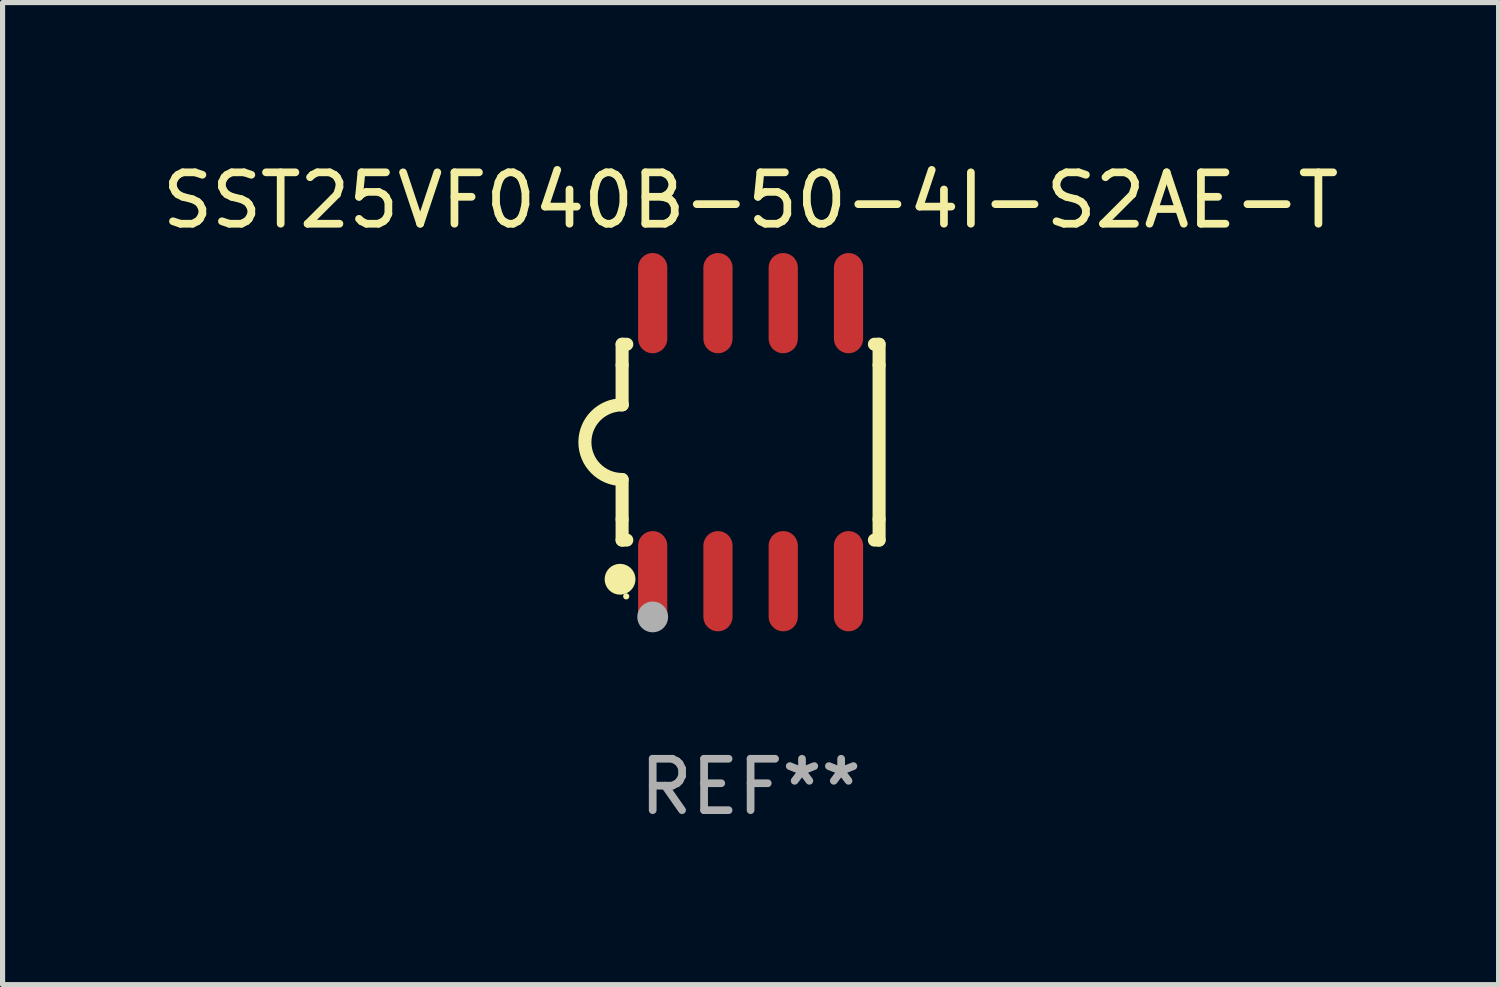
<source format=kicad_pcb>
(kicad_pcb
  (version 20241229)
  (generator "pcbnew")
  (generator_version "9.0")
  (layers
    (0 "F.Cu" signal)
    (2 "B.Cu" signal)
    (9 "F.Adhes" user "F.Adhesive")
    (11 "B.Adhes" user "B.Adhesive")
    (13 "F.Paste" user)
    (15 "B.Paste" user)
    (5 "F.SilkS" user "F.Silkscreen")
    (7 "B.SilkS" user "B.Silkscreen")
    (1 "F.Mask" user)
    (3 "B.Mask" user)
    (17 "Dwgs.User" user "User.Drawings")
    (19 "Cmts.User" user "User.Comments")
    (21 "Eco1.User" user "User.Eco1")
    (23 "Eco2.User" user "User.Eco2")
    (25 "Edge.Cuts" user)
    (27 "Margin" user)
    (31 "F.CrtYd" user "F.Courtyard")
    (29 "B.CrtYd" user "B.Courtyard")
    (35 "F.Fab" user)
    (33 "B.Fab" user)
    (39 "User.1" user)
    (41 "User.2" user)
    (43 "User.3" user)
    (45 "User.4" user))
  (footprint "SST25VF040B-50-4I-S2AE-T"
    (layer "F.Cu")
    (at 11.554 5.553)
    (property "Reference" "SST25VF040B-50-4I-S2AE-T" (at 0 -4.705 0) (layer "F.SilkS") (effects (font (size 1 1) (thickness 0.15))))
    (attr through_hole)
    (fp_line (start -2.5 -1.905) (end -2.409 -1.905) (stroke (width 0.254) (type solid)) (layer "F.SilkS"))
    (fp_line (start -2.5 -1.5) (end -2.5 -1.905) (stroke (width 0.254) (type solid)) (layer "F.SilkS"))
    (fp_line (start -2.5 -1.5) (end -2.5 -0.726) (stroke (width 0.254) (type solid)) (layer "F.SilkS"))
    (fp_line (start -2.5 1.5) (end -2.5 0.727) (stroke (width 0.254) (type solid)) (layer "F.SilkS"))
    (fp_line (start -2.5 1.5) (end -2.5 1.905) (stroke (width 0.254) (type solid)) (layer "F.SilkS"))
    (fp_line (start -2.5 1.905) (end -2.409 1.905) (stroke (width 0.254) (type solid)) (layer "F.SilkS"))
    (fp_line (start 2.5 -1.905) (end 2.409 -1.905) (stroke (width 0.254) (type solid)) (layer "F.SilkS"))
    (fp_line (start 2.5 -1.5) (end 2.5 -1.905) (stroke (width 0.254) (type solid)) (layer "F.SilkS"))
    (fp_line (start 2.5 -1.5) (end 2.5 1.5) (stroke (width 0.254) (type solid)) (layer "F.SilkS"))
    (fp_line (start 2.5 1.5) (end 2.5 1.905) (stroke (width 0.254) (type solid)) (layer "F.SilkS"))
    (fp_line (start 2.5 1.905) (end 2.409 1.905) (stroke (width 0.254) (type solid)) (layer "F.SilkS"))
    (fp_arc (start -2.5 0.726568) (mid -3.220316 -0.0023) (end -2.495097 -0.726289) (stroke (width 0.254001) (type solid)) (layer "F.SilkS"))
    (fp_circle (center -2.54 2.667) (end -2.39 2.667) (stroke (width 0.3) (type solid)) (fill no) (layer "F.SilkS"))
    (fp_circle (center -2.42 3) (end -2.39 3) (stroke (width 0.06) (type solid)) (fill no) (layer "F.SilkS"))
    (fp_circle (center -1.905 3.4) (end -1.755 3.4) (stroke (width 0.3) (type solid)) (fill no) (layer "F.Fab"))
    (fp_text user "REF**" (at 0 6.705 0) (layer "F.Fab") (effects (font (size 1 1) (thickness 0.15))))
    (pad "1" smd oval (at -1.905 2.705) (size 0.568 1.95) (layers "F.Cu" "F.Mask" "F.Paste"))
    (pad "2" smd oval (at -0.635 2.705) (size 0.568 1.95) (layers "F.Cu" "F.Mask" "F.Paste"))
    (pad "3" smd oval (at 0.635 2.705) (size 0.568 1.95) (layers "F.Cu" "F.Mask" "F.Paste"))
    (pad "4" smd oval (at 1.905 2.705) (size 0.568 1.95) (layers "F.Cu" "F.Mask" "F.Paste"))
    (pad "5" smd oval (at 1.905 -2.705) (size 0.568 1.95) (layers "F.Cu" "F.Mask" "F.Paste"))
    (pad "6" smd oval (at 0.635 -2.705) (size 0.568 1.95) (layers "F.Cu" "F.Mask" "F.Paste"))
    (pad "7" smd oval (at -0.635 -2.705) (size 0.568 1.95) (layers "F.Cu" "F.Mask" "F.Paste"))
    (pad "8" smd oval (at -1.905 -2.705) (size 0.568 1.95) (layers "F.Cu" "F.Mask" "F.Paste")))
  (gr_rect
    (start -3 -3)
    (end 26.107 16.107)
    (stroke (width 0.1) (type default))
    (fill no)
    (layer "Edge.Cuts")))
</source>
